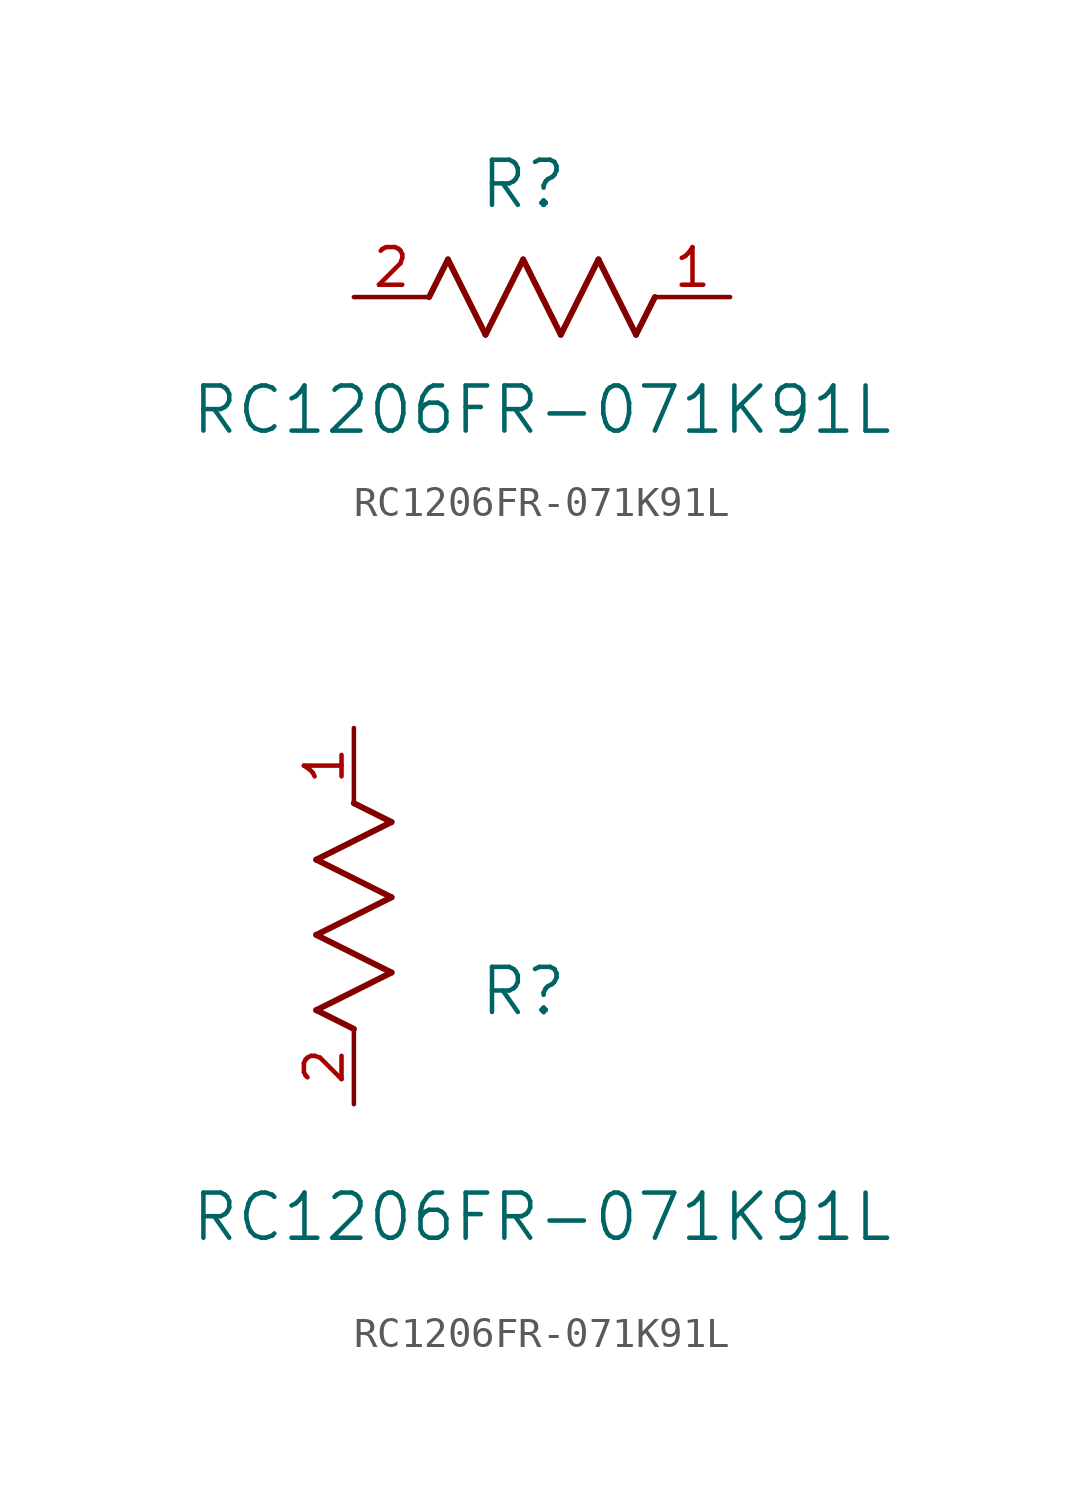
<source format=kicad_sym>
(kicad_symbol_lib
  (version 20211014)
  (generator kicad_symbol_editor)
  (symbol "RC1206FR-071K91L"
    (pin_names
      (offset 0.254))
    (property "Reference" "R"
      (at 5.715 3.81 0)
      (effects (font (size 1.524 1.524))))
    (property "Value" "RC1206FR-071K91L"
      (at 6.35 -3.81 0)
      (effects (font (size 1.524 1.524))))
    (symbol "RC1206FR-071K91L_1_1"
      (polyline (pts (xy 3.175 1.27) (xy 4.445 -1.27)) (stroke (width 0.203) (type default) (color 0 0 0 0)) (fill (type none)))
      (polyline (pts (xy 4.445 -1.27) (xy 5.715 1.27)) (stroke (width 0.203) (type default) (color 0 0 0 0)) (fill (type none)))
      (polyline (pts (xy 5.715 1.27) (xy 6.985 -1.27)) (stroke (width 0.203) (type default) (color 0 0 0 0)) (fill (type none)))
      (polyline (pts (xy 6.985 -1.27) (xy 8.255 1.27)) (stroke (width 0.203) (type default) (color 0 0 0 0)) (fill (type none)))
      (polyline (pts (xy 8.255 1.27) (xy 9.525 -1.27)) (stroke (width 0.203) (type default) (color 0 0 0 0)) (fill (type none)))
      (polyline (pts (xy 2.54 0) (xy 3.175 1.27)) (stroke (width 0.203) (type default) (color 0 0 0 0)) (fill (type none)))
      (polyline (pts (xy 9.525 -1.27) (xy 10.16 0)) (stroke (width 0.203) (type default) (color 0 0 0 0)) (fill (type none)))
      (pin unspecified line (at 12.7 0 180) (length 2.54) (name "" (effects (font (size 1.27 1.27)))) (number "1" (effects (font (size 1.27 1.27)))))
      (pin unspecified line (at 0 0 0) (length 2.54) (name "" (effects (font (size 1.27 1.27)))) (number "2" (effects (font (size 1.27 1.27))))))
    (symbol "RC1206FR-071K91L_1_2"
      (polyline (pts (xy 0 2.54) (xy -1.27 3.175)) (stroke (width 0.203) (type default) (color 0 0 0 0)) (fill (type none)))
      (polyline (pts (xy -1.27 3.175) (xy 1.27 4.445)) (stroke (width 0.203) (type default) (color 0 0 0 0)) (fill (type none)))
      (polyline (pts (xy 1.27 4.445) (xy -1.27 5.715)) (stroke (width 0.203) (type default) (color 0 0 0 0)) (fill (type none)))
      (polyline (pts (xy -1.27 5.715) (xy 1.27 6.985)) (stroke (width 0.203) (type default) (color 0 0 0 0)) (fill (type none)))
      (polyline (pts (xy -1.27 8.255) (xy 1.27 9.525)) (stroke (width 0.203) (type default) (color 0 0 0 0)) (fill (type none)))
      (polyline (pts (xy 1.27 9.525) (xy 0 10.16)) (stroke (width 0.203) (type default) (color 0 0 0 0)) (fill (type none)))
      (polyline (pts (xy 1.27 6.985) (xy -1.27 8.255)) (stroke (width 0.203) (type default) (color 0 0 0 0)) (fill (type none)))
      (pin unspecified line (at 0 12.7 270) (length 2.54) (name "" (effects (font (size 1.27 1.27)))) (number "1" (effects (font (size 1.27 1.27)))))
      (pin unspecified line (at 0 0 90) (length 2.54) (name "" (effects (font (size 1.27 1.27)))) (number "2" (effects (font (size 1.27 1.27))))))))
</source>
